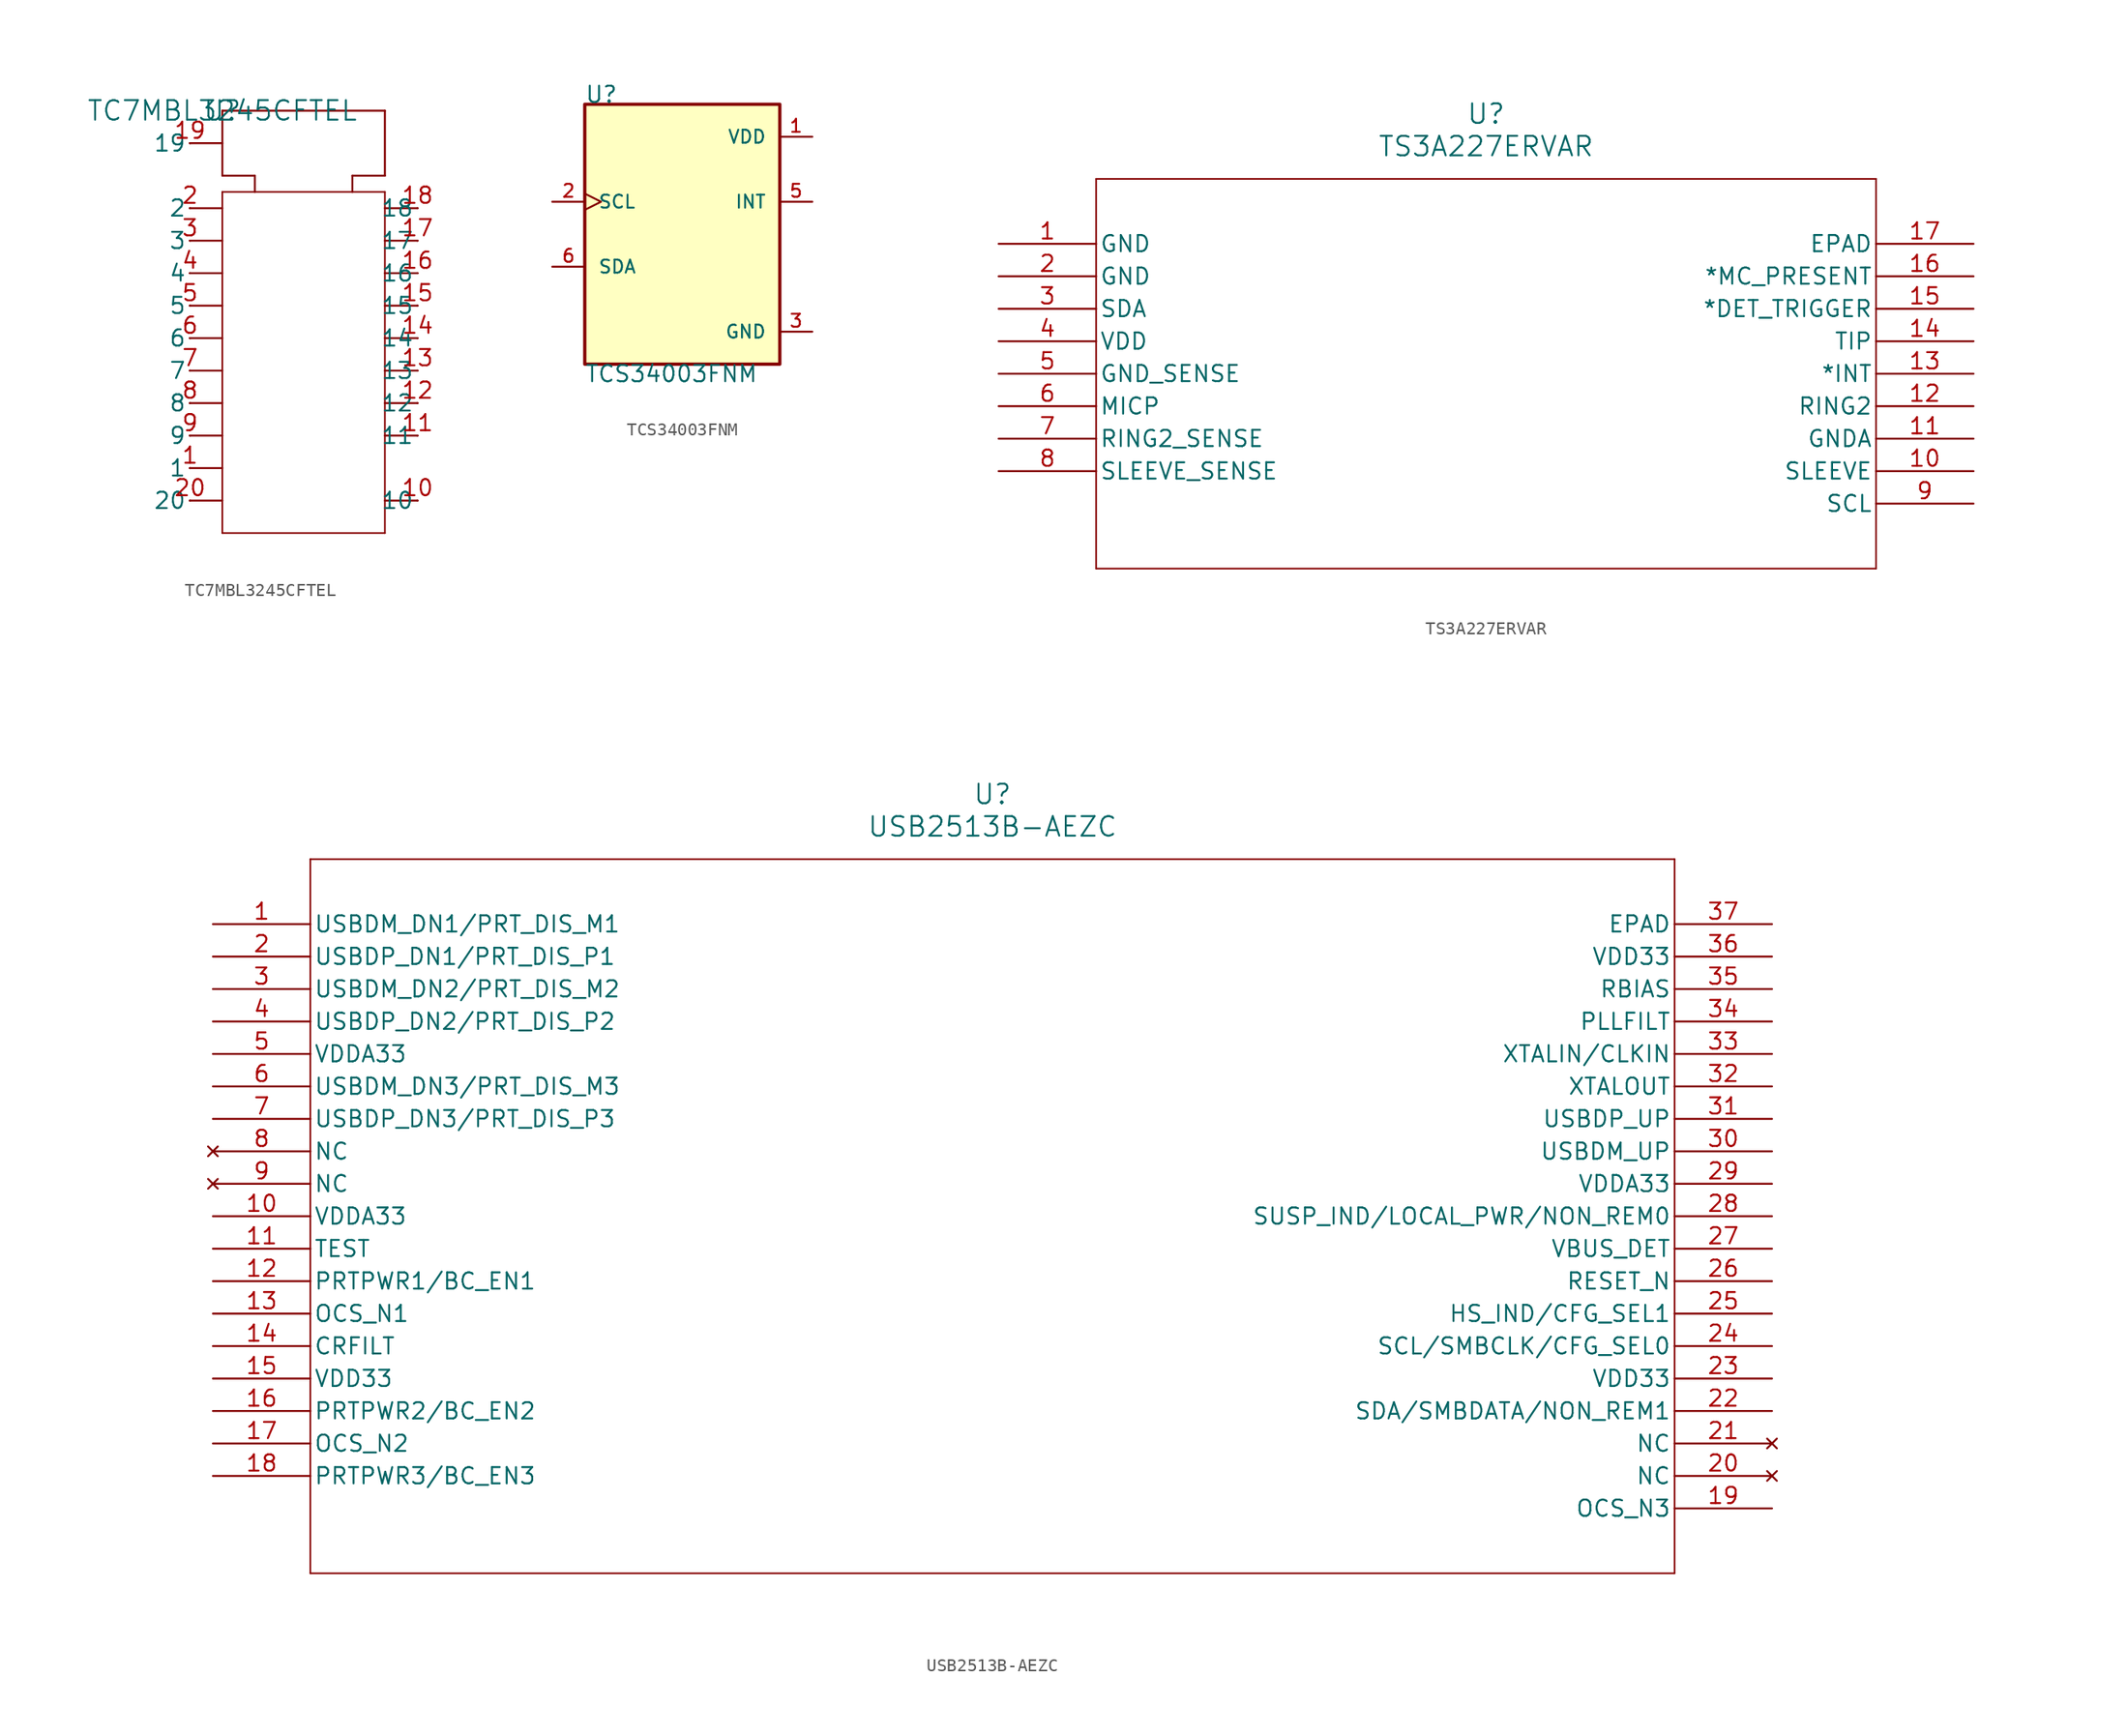
<source format=kicad_sym>
(kicad_symbol_lib
  (version 20220914)
  (generator kicad_symbol_editor)
  (symbol "TC7MBL3245CFTEL"
    (pin_names
      (offset 0.254))
    (property "Reference" "U"
      (at 0 0 0)
      (effects (font (size 1.524 1.524))))
    (property "Value" "TC7MBL3245CFTEL"
      (at 0 0 0)
      (effects (font (size 1.524 1.524))))
    (symbol "TC7MBL3245CFTEL_0_1"
      (polyline (pts (xy -2.54 -30.48) (xy 0 -30.48)) (stroke (width 0) (type default)) (fill (type none)))
      (polyline (pts (xy -2.54 -27.94) (xy 0 -27.94)) (stroke (width 0) (type default)) (fill (type none)))
      (polyline (pts (xy -2.54 -25.4) (xy 0 -25.4)) (stroke (width 0) (type default)) (fill (type none)))
      (polyline (pts (xy -2.54 -22.86) (xy 0 -22.86)) (stroke (width 0) (type default)) (fill (type none)))
      (polyline (pts (xy -2.54 -20.32) (xy 0 -20.32)) (stroke (width 0) (type default)) (fill (type none)))
      (polyline (pts (xy -2.54 -17.78) (xy 0 -17.78)) (stroke (width 0) (type default)) (fill (type none)))
      (polyline (pts (xy -2.54 -15.24) (xy 0 -15.24)) (stroke (width 0) (type default)) (fill (type none)))
      (polyline (pts (xy -2.54 -12.7) (xy 0 -12.7)) (stroke (width 0) (type default)) (fill (type none)))
      (polyline (pts (xy -2.54 -10.16) (xy 0 -10.16)) (stroke (width 0) (type default)) (fill (type none)))
      (polyline (pts (xy -2.54 -7.62) (xy 0 -7.62)) (stroke (width 0) (type default)) (fill (type none)))
      (polyline (pts (xy -2.54 -2.54) (xy 0 -2.54)) (stroke (width 0) (type default)) (fill (type none)))
      (polyline (pts (xy 0 -33.02) (xy 0 -6.35)) (stroke (width 0.127) (type default)) (fill (type none)))
      (polyline (pts (xy 0 -6.35) (xy 12.7 -6.35)) (stroke (width 0.127) (type default)) (fill (type none)))
      (polyline (pts (xy 0 -5.08) (xy 0 0)) (stroke (width 0) (type default)) (fill (type none)))
      (polyline (pts (xy 0 0) (xy 12.7 0)) (stroke (width 0) (type default)) (fill (type none)))
      (polyline (pts (xy 2.54 -5.08) (xy 0 -5.08)) (stroke (width 0) (type default)) (fill (type none)))
      (polyline (pts (xy 2.54 -5.08) (xy 2.54 -6.35)) (stroke (width 0) (type default)) (fill (type none)))
      (polyline (pts (xy 10.16 -5.08) (xy 10.16 -6.35)) (stroke (width 0) (type default)) (fill (type none)))
      (polyline (pts (xy 12.7 -33.02) (xy 0 -33.02)) (stroke (width 0.127) (type default)) (fill (type none)))
      (polyline (pts (xy 12.7 -6.35) (xy 12.7 -33.02)) (stroke (width 0.127) (type default)) (fill (type none)))
      (polyline (pts (xy 12.7 -5.08) (xy 10.16 -5.08)) (stroke (width 0) (type default)) (fill (type none)))
      (polyline (pts (xy 12.7 0) (xy 12.7 -5.08)) (stroke (width 0) (type default)) (fill (type none)))
      (polyline (pts (xy 15.24 -30.48) (xy 12.7 -30.48)) (stroke (width 0) (type default)) (fill (type none)))
      (polyline (pts (xy 15.24 -25.4) (xy 12.7 -25.4)) (stroke (width 0) (type default)) (fill (type none)))
      (polyline (pts (xy 15.24 -22.86) (xy 12.7 -22.86)) (stroke (width 0) (type default)) (fill (type none)))
      (polyline (pts (xy 15.24 -20.32) (xy 12.7 -20.32)) (stroke (width 0) (type default)) (fill (type none)))
      (polyline (pts (xy 15.24 -17.78) (xy 12.7 -17.78)) (stroke (width 0) (type default)) (fill (type none)))
      (polyline (pts (xy 15.24 -15.24) (xy 12.7 -15.24)) (stroke (width 0) (type default)) (fill (type none)))
      (polyline (pts (xy 15.24 -12.7) (xy 12.7 -12.7)) (stroke (width 0) (type default)) (fill (type none)))
      (polyline (pts (xy 15.24 -10.16) (xy 12.7 -10.16)) (stroke (width 0) (type default)) (fill (type none)))
      (polyline (pts (xy 15.24 -7.62) (xy 12.7 -7.62)) (stroke (width 0) (type default)) (fill (type none)))
      (pin unspecified line (at -2.515 -27.94 180) (length 0.025) (name "1" (effects (font (size 1.27 1.27)))) (number "1" (effects (font (size 1.27 1.27)))))
      (pin unspecified line (at 15.265 -30.48 180) (length 0.025) (name "10" (effects (font (size 1.27 1.27)))) (number "10" (effects (font (size 1.27 1.27)))))
      (pin unspecified line (at 15.265 -25.4 180) (length 0.025) (name "11" (effects (font (size 1.27 1.27)))) (number "11" (effects (font (size 1.27 1.27)))))
      (pin unspecified line (at 15.265 -22.86 180) (length 0.025) (name "12" (effects (font (size 1.27 1.27)))) (number "12" (effects (font (size 1.27 1.27)))))
      (pin unspecified line (at 15.265 -20.32 180) (length 0.025) (name "13" (effects (font (size 1.27 1.27)))) (number "13" (effects (font (size 1.27 1.27)))))
      (pin unspecified line (at 15.265 -17.78 180) (length 0.025) (name "14" (effects (font (size 1.27 1.27)))) (number "14" (effects (font (size 1.27 1.27)))))
      (pin unspecified line (at 15.265 -15.24 180) (length 0.025) (name "15" (effects (font (size 1.27 1.27)))) (number "15" (effects (font (size 1.27 1.27)))))
      (pin unspecified line (at 15.265 -12.7 180) (length 0.025) (name "16" (effects (font (size 1.27 1.27)))) (number "16" (effects (font (size 1.27 1.27)))))
      (pin unspecified line (at 15.265 -10.16 180) (length 0.025) (name "17" (effects (font (size 1.27 1.27)))) (number "17" (effects (font (size 1.27 1.27)))))
      (pin unspecified line (at 15.265 -7.62 180) (length 0.025) (name "18" (effects (font (size 1.27 1.27)))) (number "18" (effects (font (size 1.27 1.27)))))
      (pin unspecified line (at -2.515 -2.54 180) (length 0.025) (name "19" (effects (font (size 1.27 1.27)))) (number "19" (effects (font (size 1.27 1.27)))))
      (pin unspecified line (at -2.515 -7.62 180) (length 0.025) (name "2" (effects (font (size 1.27 1.27)))) (number "2" (effects (font (size 1.27 1.27)))))
      (pin unspecified line (at -2.515 -30.48 180) (length 0.025) (name "20" (effects (font (size 1.27 1.27)))) (number "20" (effects (font (size 1.27 1.27)))))
      (pin unspecified line (at -2.515 -10.16 180) (length 0.025) (name "3" (effects (font (size 1.27 1.27)))) (number "3" (effects (font (size 1.27 1.27)))))
      (pin unspecified line (at -2.515 -12.7 180) (length 0.025) (name "4" (effects (font (size 1.27 1.27)))) (number "4" (effects (font (size 1.27 1.27)))))
      (pin unspecified line (at -2.515 -15.24 180) (length 0.025) (name "5" (effects (font (size 1.27 1.27)))) (number "5" (effects (font (size 1.27 1.27)))))
      (pin unspecified line (at -2.515 -17.78 180) (length 0.025) (name "6" (effects (font (size 1.27 1.27)))) (number "6" (effects (font (size 1.27 1.27)))))
      (pin unspecified line (at -2.515 -20.32 180) (length 0.025) (name "7" (effects (font (size 1.27 1.27)))) (number "7" (effects (font (size 1.27 1.27)))))
      (pin unspecified line (at -2.515 -22.86 180) (length 0.025) (name "8" (effects (font (size 1.27 1.27)))) (number "8" (effects (font (size 1.27 1.27)))))
      (pin unspecified line (at -2.515 -25.4 180) (length 0.025) (name "9" (effects (font (size 1.27 1.27)))) (number "9" (effects (font (size 1.27 1.27)))))))
  (symbol "TCS34003FNM"
    (pin_names
      (offset 1.016))
    (property "Reference" "U"
      (at -7.634 10.179 0)
      (effects (font (size 1.27 1.27)) (justify left bottom)))
    (property "Value" "TCS34003FNM"
      (at -7.63 -10.173 0)
      (effects (font (size 1.27 1.27)) (justify left top)))
    (symbol "TCS34003FNM_0_0"
      (rectangle (start -7.62 -10.16) (end 7.62 10.16) (stroke (width 0.254) (type default)) (fill (type background)))
      (pin power_in line (at 10.16 7.62 180) (length 2.54) (name "VDD" (effects (font (size 1.016 1.016)))) (number "1" (effects (font (size 1.016 1.016)))))
      (pin input clock (at -10.16 2.54 0) (length 2.54) (name "SCL" (effects (font (size 1.016 1.016)))) (number "2" (effects (font (size 1.016 1.016)))))
      (pin power_in line (at 10.16 -7.62 180) (length 2.54) (name "GND" (effects (font (size 1.016 1.016)))) (number "3" (effects (font (size 1.016 1.016)))))
      (pin output line (at 10.16 2.54 180) (length 2.54) (name "INT" (effects (font (size 1.016 1.016)))) (number "5" (effects (font (size 1.016 1.016)))))
      (pin bidirectional line (at -10.16 -2.54 0) (length 2.54) (name "SDA" (effects (font (size 1.016 1.016)))) (number "6" (effects (font (size 1.016 1.016)))))))
  (symbol "TS3A227ERVAR"
    (pin_names
      (offset 0.254))
    (property "Reference" "U"
      (at 38.1 10.16 0)
      (effects (font (size 1.524 1.524))))
    (property "Value" "TS3A227ERVAR"
      (at 38.1 7.62 0)
      (effects (font (size 1.524 1.524))))
    (symbol "TS3A227ERVAR_0_1"
      (polyline (pts (xy 7.62 -25.4) (xy 68.58 -25.4)) (stroke (width 0.127) (type default)) (fill (type none)))
      (polyline (pts (xy 7.62 5.08) (xy 7.62 -25.4)) (stroke (width 0.127) (type default)) (fill (type none)))
      (polyline (pts (xy 68.58 -25.4) (xy 68.58 5.08)) (stroke (width 0.127) (type default)) (fill (type none)))
      (polyline (pts (xy 68.58 5.08) (xy 7.62 5.08)) (stroke (width 0.127) (type default)) (fill (type none)))
      (pin power_in line (at 0 0 0) (length 7.62) (name "GND" (effects (font (size 1.27 1.27)))) (number "1" (effects (font (size 1.27 1.27)))))
      (pin output line (at 76.2 -17.78 180) (length 7.62) (name "SLEEVE" (effects (font (size 1.27 1.27)))) (number "10" (effects (font (size 1.27 1.27)))))
      (pin power_in line (at 76.2 -15.24 180) (length 7.62) (name "GNDA" (effects (font (size 1.27 1.27)))) (number "11" (effects (font (size 1.27 1.27)))))
      (pin output line (at 76.2 -12.7 180) (length 7.62) (name "RING2" (effects (font (size 1.27 1.27)))) (number "12" (effects (font (size 1.27 1.27)))))
      (pin output line (at 76.2 -10.16 180) (length 7.62) (name "*INT" (effects (font (size 1.27 1.27)))) (number "13" (effects (font (size 1.27 1.27)))))
      (pin bidirectional line (at 76.2 -7.62 180) (length 7.62) (name "TIP" (effects (font (size 1.27 1.27)))) (number "14" (effects (font (size 1.27 1.27)))))
      (pin bidirectional line (at 76.2 -5.08 180) (length 7.62) (name "*DET_TRIGGER" (effects (font (size 1.27 1.27)))) (number "15" (effects (font (size 1.27 1.27)))))
      (pin bidirectional line (at 76.2 -2.54 180) (length 7.62) (name "*MC_PRESENT" (effects (font (size 1.27 1.27)))) (number "16" (effects (font (size 1.27 1.27)))))
      (pin unspecified line (at 76.2 0 180) (length 7.62) (name "EPAD" (effects (font (size 1.27 1.27)))) (number "17" (effects (font (size 1.27 1.27)))))
      (pin power_in line (at 0 -2.54 0) (length 7.62) (name "GND" (effects (font (size 1.27 1.27)))) (number "2" (effects (font (size 1.27 1.27)))))
      (pin bidirectional line (at 0 -5.08 0) (length 7.62) (name "SDA" (effects (font (size 1.27 1.27)))) (number "3" (effects (font (size 1.27 1.27)))))
      (pin power_in line (at 0 -7.62 0) (length 7.62) (name "VDD" (effects (font (size 1.27 1.27)))) (number "4" (effects (font (size 1.27 1.27)))))
      (pin bidirectional line (at 0 -10.16 0) (length 7.62) (name "GND_SENSE" (effects (font (size 1.27 1.27)))) (number "5" (effects (font (size 1.27 1.27)))))
      (pin bidirectional line (at 0 -12.7 0) (length 7.62) (name "MICP" (effects (font (size 1.27 1.27)))) (number "6" (effects (font (size 1.27 1.27)))))
      (pin unspecified line (at 0 -15.24 0) (length 7.62) (name "RING2_SENSE" (effects (font (size 1.27 1.27)))) (number "7" (effects (font (size 1.27 1.27)))))
      (pin unspecified line (at 0 -17.78 0) (length 7.62) (name "SLEEVE_SENSE" (effects (font (size 1.27 1.27)))) (number "8" (effects (font (size 1.27 1.27)))))
      (pin input line (at 76.2 -20.32 180) (length 7.62) (name "SCL" (effects (font (size 1.27 1.27)))) (number "9" (effects (font (size 1.27 1.27)))))))
  (symbol "USB2513B-AEZC"
    (pin_names
      (offset 0.254))
    (property "Reference" "U"
      (at 60.96 10.16 0)
      (effects (font (size 1.524 1.524))))
    (property "Value" "USB2513B-AEZC"
      (at 60.96 7.62 0)
      (effects (font (size 1.524 1.524))))
    (symbol "USB2513B-AEZC_0_1"
      (polyline (pts (xy 7.62 -50.8) (xy 114.3 -50.8)) (stroke (width 0.127) (type default)) (fill (type none)))
      (polyline (pts (xy 7.62 5.08) (xy 7.62 -50.8)) (stroke (width 0.127) (type default)) (fill (type none)))
      (polyline (pts (xy 114.3 -50.8) (xy 114.3 5.08)) (stroke (width 0.127) (type default)) (fill (type none)))
      (polyline (pts (xy 114.3 5.08) (xy 7.62 5.08)) (stroke (width 0.127) (type default)) (fill (type none)))
      (pin bidirectional line (at 0 0 0) (length 7.62) (name "USBDM_DN1/PRT_DIS_M1" (effects (font (size 1.27 1.27)))) (number "1" (effects (font (size 1.27 1.27)))))
      (pin power_in line (at 0 -22.86 0) (length 7.62) (name "VDDA33" (effects (font (size 1.27 1.27)))) (number "10" (effects (font (size 1.27 1.27)))))
      (pin input line (at 0 -25.4 0) (length 7.62) (name "TEST" (effects (font (size 1.27 1.27)))) (number "11" (effects (font (size 1.27 1.27)))))
      (pin bidirectional line (at 0 -27.94 0) (length 7.62) (name "PRTPWR1/BC_EN1" (effects (font (size 1.27 1.27)))) (number "12" (effects (font (size 1.27 1.27)))))
      (pin bidirectional line (at 0 -30.48 0) (length 7.62) (name "OCS_N1" (effects (font (size 1.27 1.27)))) (number "13" (effects (font (size 1.27 1.27)))))
      (pin bidirectional line (at 0 -33.02 0) (length 7.62) (name "CRFILT" (effects (font (size 1.27 1.27)))) (number "14" (effects (font (size 1.27 1.27)))))
      (pin power_in line (at 0 -35.56 0) (length 7.62) (name "VDD33" (effects (font (size 1.27 1.27)))) (number "15" (effects (font (size 1.27 1.27)))))
      (pin bidirectional line (at 0 -38.1 0) (length 7.62) (name "PRTPWR2/BC_EN2" (effects (font (size 1.27 1.27)))) (number "16" (effects (font (size 1.27 1.27)))))
      (pin bidirectional line (at 0 -40.64 0) (length 7.62) (name "OCS_N2" (effects (font (size 1.27 1.27)))) (number "17" (effects (font (size 1.27 1.27)))))
      (pin bidirectional line (at 0 -43.18 0) (length 7.62) (name "PRTPWR3/BC_EN3" (effects (font (size 1.27 1.27)))) (number "18" (effects (font (size 1.27 1.27)))))
      (pin bidirectional line (at 121.92 -45.72 180) (length 7.62) (name "OCS_N3" (effects (font (size 1.27 1.27)))) (number "19" (effects (font (size 1.27 1.27)))))
      (pin bidirectional line (at 0 -2.54 0) (length 7.62) (name "USBDP_DN1/PRT_DIS_P1" (effects (font (size 1.27 1.27)))) (number "2" (effects (font (size 1.27 1.27)))))
      (pin no_connect line (at 121.92 -43.18 180) (length 7.62) (name "NC" (effects (font (size 1.27 1.27)))) (number "20" (effects (font (size 1.27 1.27)))))
      (pin no_connect line (at 121.92 -40.64 180) (length 7.62) (name "NC" (effects (font (size 1.27 1.27)))) (number "21" (effects (font (size 1.27 1.27)))))
      (pin bidirectional line (at 121.92 -38.1 180) (length 7.62) (name "SDA/SMBDATA/NON_REM1" (effects (font (size 1.27 1.27)))) (number "22" (effects (font (size 1.27 1.27)))))
      (pin power_in line (at 121.92 -35.56 180) (length 7.62) (name "VDD33" (effects (font (size 1.27 1.27)))) (number "23" (effects (font (size 1.27 1.27)))))
      (pin bidirectional line (at 121.92 -33.02 180) (length 7.62) (name "SCL/SMBCLK/CFG_SEL0" (effects (font (size 1.27 1.27)))) (number "24" (effects (font (size 1.27 1.27)))))
      (pin bidirectional line (at 121.92 -30.48 180) (length 7.62) (name "HS_IND/CFG_SEL1" (effects (font (size 1.27 1.27)))) (number "25" (effects (font (size 1.27 1.27)))))
      (pin bidirectional line (at 121.92 -27.94 180) (length 7.62) (name "RESET_N" (effects (font (size 1.27 1.27)))) (number "26" (effects (font (size 1.27 1.27)))))
      (pin bidirectional line (at 121.92 -25.4 180) (length 7.62) (name "VBUS_DET" (effects (font (size 1.27 1.27)))) (number "27" (effects (font (size 1.27 1.27)))))
      (pin bidirectional line (at 121.92 -22.86 180) (length 7.62) (name "SUSP_IND/LOCAL_PWR/NON_REM0" (effects (font (size 1.27 1.27)))) (number "28" (effects (font (size 1.27 1.27)))))
      (pin power_in line (at 121.92 -20.32 180) (length 7.62) (name "VDDA33" (effects (font (size 1.27 1.27)))) (number "29" (effects (font (size 1.27 1.27)))))
      (pin bidirectional line (at 0 -5.08 0) (length 7.62) (name "USBDM_DN2/PRT_DIS_M2" (effects (font (size 1.27 1.27)))) (number "3" (effects (font (size 1.27 1.27)))))
      (pin bidirectional line (at 121.92 -17.78 180) (length 7.62) (name "USBDM_UP" (effects (font (size 1.27 1.27)))) (number "30" (effects (font (size 1.27 1.27)))))
      (pin bidirectional line (at 121.92 -15.24 180) (length 7.62) (name "USBDP_UP" (effects (font (size 1.27 1.27)))) (number "31" (effects (font (size 1.27 1.27)))))
      (pin output line (at 121.92 -12.7 180) (length 7.62) (name "XTALOUT" (effects (font (size 1.27 1.27)))) (number "32" (effects (font (size 1.27 1.27)))))
      (pin input line (at 121.92 -10.16 180) (length 7.62) (name "XTALIN/CLKIN" (effects (font (size 1.27 1.27)))) (number "33" (effects (font (size 1.27 1.27)))))
      (pin bidirectional line (at 121.92 -7.62 180) (length 7.62) (name "PLLFILT" (effects (font (size 1.27 1.27)))) (number "34" (effects (font (size 1.27 1.27)))))
      (pin bidirectional line (at 121.92 -5.08 180) (length 7.62) (name "RBIAS" (effects (font (size 1.27 1.27)))) (number "35" (effects (font (size 1.27 1.27)))))
      (pin power_in line (at 121.92 -2.54 180) (length 7.62) (name "VDD33" (effects (font (size 1.27 1.27)))) (number "36" (effects (font (size 1.27 1.27)))))
      (pin unspecified line (at 121.92 0 180) (length 7.62) (name "EPAD" (effects (font (size 1.27 1.27)))) (number "37" (effects (font (size 1.27 1.27)))))
      (pin bidirectional line (at 0 -7.62 0) (length 7.62) (name "USBDP_DN2/PRT_DIS_P2" (effects (font (size 1.27 1.27)))) (number "4" (effects (font (size 1.27 1.27)))))
      (pin power_in line (at 0 -10.16 0) (length 7.62) (name "VDDA33" (effects (font (size 1.27 1.27)))) (number "5" (effects (font (size 1.27 1.27)))))
      (pin bidirectional line (at 0 -12.7 0) (length 7.62) (name "USBDM_DN3/PRT_DIS_M3" (effects (font (size 1.27 1.27)))) (number "6" (effects (font (size 1.27 1.27)))))
      (pin bidirectional line (at 0 -15.24 0) (length 7.62) (name "USBDP_DN3/PRT_DIS_P3" (effects (font (size 1.27 1.27)))) (number "7" (effects (font (size 1.27 1.27)))))
      (pin no_connect line (at 0 -17.78 0) (length 7.62) (name "NC" (effects (font (size 1.27 1.27)))) (number "8" (effects (font (size 1.27 1.27)))))
      (pin no_connect line (at 0 -20.32 0) (length 7.62) (name "NC" (effects (font (size 1.27 1.27)))) (number "9" (effects (font (size 1.27 1.27))))))))
</source>
